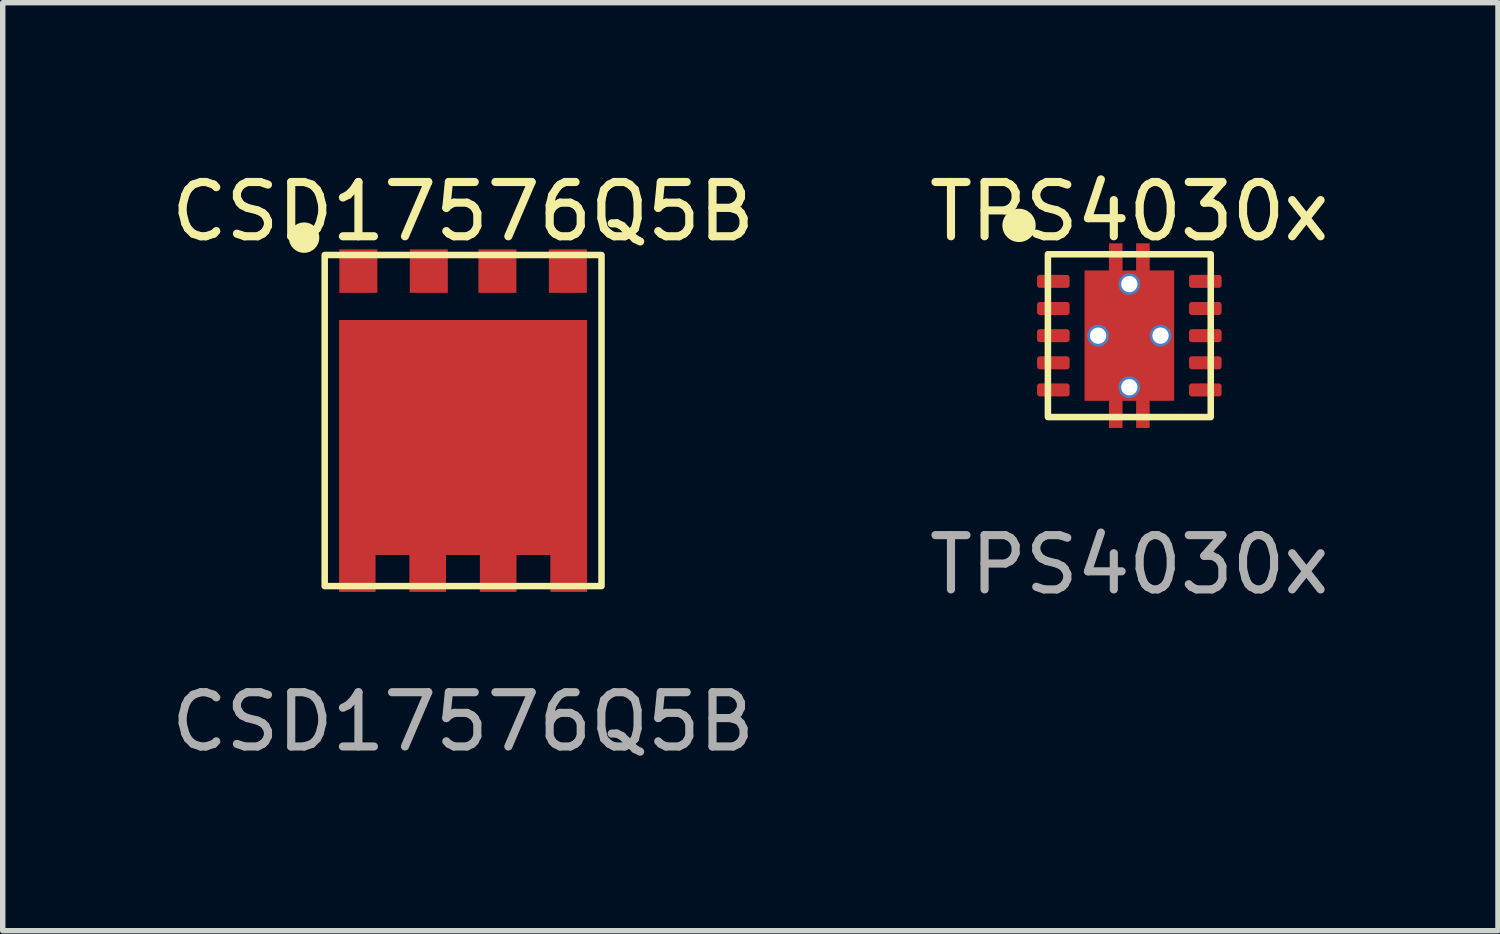
<source format=kicad_pcb>
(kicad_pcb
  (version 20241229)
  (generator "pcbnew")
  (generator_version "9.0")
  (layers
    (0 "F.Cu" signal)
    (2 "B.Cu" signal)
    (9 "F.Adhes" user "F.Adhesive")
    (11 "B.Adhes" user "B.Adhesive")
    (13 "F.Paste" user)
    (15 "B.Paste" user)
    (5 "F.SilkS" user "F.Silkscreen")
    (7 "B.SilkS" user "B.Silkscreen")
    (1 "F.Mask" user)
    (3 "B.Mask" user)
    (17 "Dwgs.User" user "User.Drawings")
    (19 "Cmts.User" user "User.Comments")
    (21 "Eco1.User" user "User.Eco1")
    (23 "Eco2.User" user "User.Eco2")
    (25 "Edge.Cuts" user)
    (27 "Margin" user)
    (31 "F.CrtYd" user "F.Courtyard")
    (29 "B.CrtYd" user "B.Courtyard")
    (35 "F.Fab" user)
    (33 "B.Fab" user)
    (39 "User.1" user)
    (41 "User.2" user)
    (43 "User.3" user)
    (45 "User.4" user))
  (footprint "TPS4030x"
    (layer "F.Cu")
    (at 17.756 3.134)
    (property "Reference" "TPS4030x" (at 0 -2.286 0) (unlocked yes) (layer "F.SilkS") (effects (font (size 1 1) (thickness 0.15))))
    (attr smd)
    (fp_rect (start -1.5 -1.5) (end 1.5 1.5) (stroke (width 0.12) (type solid)) (fill no) (layer "F.SilkS"))
    (fp_circle (center -2.032 -2.032) (end -1.785 -2.032) (stroke (width 0.12) (type solid)) (fill yes) (layer "F.SilkS"))
    (fp_poly (pts (xy -0.125 -1.33) (xy -0.375 -1.33) (xy -0.375 -1.7) (xy -0.125 -1.7)) (stroke (width 0.001) (type solid)) (fill yes) (layer "F.Paste"))
    (fp_poly (pts (xy -0.125 1.7) (xy -0.375 1.7) (xy -0.375 1.33) (xy -0.125 1.33)) (stroke (width 0.001) (type solid)) (fill yes) (layer "F.Paste"))
    (fp_poly (pts (xy 0.375 -1.33) (xy 0.125 -1.33) (xy 0.125 -1.7) (xy 0.375 -1.7)) (stroke (width 0.001) (type solid)) (fill yes) (layer "F.Paste"))
    (fp_poly (pts (xy 0.375 1.7) (xy 0.125 1.7) (xy 0.125 1.33) (xy 0.375 1.33)) (stroke (width 0.001) (type solid)) (fill yes) (layer "F.Paste"))
    (fp_poly (pts (xy 0.71 -0.1) (xy -0.74 -0.1) (xy -0.74 -1.11) (xy 0.71 -1.11)) (stroke (width 0.001) (type solid)) (fill yes) (layer "F.Paste"))
    (fp_poly (pts (xy 0.71 1.12) (xy -0.74 1.12) (xy -0.74 0.11) (xy 0.71 0.11)) (stroke (width 0.001) (type solid)) (fill yes) (layer "F.Paste"))
    (fp_text user "${REFERENCE}" (at 0 4.22 0) (unlocked yes) (layer "F.Fab") (effects (font (size 1 1) (thickness 0.15))))
    (pad "1" smd roundrect (at -1.4 -1) (size 0.6 0.24) (layers "F.Cu" "F.Mask" "F.Paste") (roundrect_rratio 0.208))
    (pad "2" smd roundrect (at -1.4 -0.5) (size 0.6 0.24) (layers "F.Cu" "F.Mask" "F.Paste") (roundrect_rratio 0.208))
    (pad "3" smd roundrect (at -1.4 0) (size 0.6 0.24) (layers "F.Cu" "F.Mask" "F.Paste") (roundrect_rratio 0.208))
    (pad "4" smd roundrect (at -1.4 0.5) (size 0.6 0.24) (layers "F.Cu" "F.Mask" "F.Paste") (roundrect_rratio 0.208))
    (pad "5" smd roundrect (at -1.4 1) (size 0.6 0.24) (layers "F.Cu" "F.Mask" "F.Paste") (roundrect_rratio 0.208))
    (pad "6" smd roundrect (at 1.4 1) (size 0.6 0.24) (layers "F.Cu" "F.Mask" "F.Paste") (roundrect_rratio 0.208))
    (pad "7" smd roundrect (at 1.4 0.5) (size 0.6 0.24) (layers "F.Cu" "F.Mask" "F.Paste") (roundrect_rratio 0.208))
    (pad "8" smd roundrect (at 1.4 0) (size 0.6 0.24) (layers "F.Cu" "F.Mask" "F.Paste") (roundrect_rratio 0.208))
    (pad "9" smd roundrect (at 1.4 -0.5) (size 0.6 0.24) (layers "F.Cu" "F.Mask" "F.Paste") (roundrect_rratio 0.208))
    (pad "10" smd roundrect (at 1.4 -1) (size 0.6 0.24) (layers "F.Cu" "F.Mask" "F.Paste") (roundrect_rratio 0.208))
    (pad "11" thru_hole circle (at -0.575 0) (size 0.4 0.4) (drill 0.3) (layers "*.Cu" "*.Mask"))
    (pad "11" thru_hole circle (at 0 -0.95) (size 0.4 0.4) (drill 0.3) (layers "*.Cu" "*.Mask"))
    (pad "11" smd custom (at 0 0) (size 0.6 0.24) (layers "F.Cu" "F.Mask") (options (anchor rect)) (primitives (gr_poly (pts (xy -0.825 0) (xy -0.825 -1.2) (xy -0.375 -1.2) (xy -0.375 -1.7) (xy -0.125 -1.7) (xy -0.125 -1.2) (xy 0.125 -1.2) (xy 0.125 -1.7) (xy 0.375 -1.7) (xy 0.375 -1.2) (xy 0.825 -1.2) (xy 0.825 1.2) (xy 0.375 1.2) (xy 0.375 1.7) (xy 0.125 1.7) (xy 0.125 1.2) (xy -0.125 1.2) (xy -0.125 1.7) (xy -0.375 1.7) (xy -0.375 1.2) (xy -0.825 1.2)) (width 0.001) (fill yes))))
    (pad "11" thru_hole circle (at 0 0.95) (size 0.4 0.4) (drill 0.3) (layers "*.Cu" "*.Mask"))
    (pad "11" thru_hole circle (at 0.575 0) (size 0.4 0.4) (drill 0.3) (layers "*.Cu" "*.Mask")))
  (footprint "CSD17576Q5B"
    (layer "F.Cu")
    (at 5.482 4.648)
    (property "Reference" "CSD17576Q5B" (at 0 -3.8 0) (unlocked yes) (layer "F.SilkS") (effects (font (size 1 1) (thickness 0.15))))
    (attr smd)
    (fp_rect (start 2.55 3.1) (end -2.55 -3) (stroke (width 0.12) (type solid)) (fill no) (layer "F.SilkS"))
    (fp_circle (center -2.93 -3.32) (end -2.92 -3.54) (stroke (width 0.12) (type solid)) (fill yes) (layer "F.SilkS"))
    (fp_poly (pts (xy -2.22 2.56) (xy -2.22 3.12) (xy -1.69 3.12) (xy -1.69 2.55)) (stroke (width 0.01) (type solid)) (fill yes) (layer "F.Paste"))
    (fp_poly (pts (xy -2.08 -1.63) (xy -2.08 2.35) (xy -0.16 2.35) (xy -0.16 -1.63)) (stroke (width 0.01) (type solid)) (fill yes) (layer "F.Paste"))
    (fp_poly (pts (xy -0.92 2.58) (xy -0.92 3.14) (xy -0.39 3.14) (xy -0.39 2.57)) (stroke (width 0.01) (type solid)) (fill yes) (layer "F.Paste"))
    (fp_poly (pts (xy 0.2 -1.64) (xy 0.2 2.34) (xy 2.12 2.34) (xy 2.12 -1.64)) (stroke (width 0.01) (type solid)) (fill yes) (layer "F.Paste"))
    (fp_poly (pts (xy 0.38 2.58) (xy 0.38 3.14) (xy 0.91 3.14) (xy 0.91 2.57)) (stroke (width 0.01) (type solid)) (fill yes) (layer "F.Paste"))
    (fp_poly (pts (xy 1.67 2.56) (xy 1.67 3.12) (xy 2.2 3.12) (xy 2.2 2.55)) (stroke (width 0.01) (type solid)) (fill yes) (layer "F.Paste"))
    (fp_text user "${REFERENCE}" (at 0 5.6 0) (unlocked yes) (layer "F.Fab") (effects (font (size 1 1) (thickness 0.15))))
    (pad "1" smd rect (at -1.93 -2.703 180) (size 0.7 0.8) (layers "F.Cu" "F.Mask" "F.Paste"))
    (pad "2" smd rect (at -0.632 -2.703 180) (size 0.7 0.8) (layers "F.Cu" "F.Mask" "F.Paste"))
    (pad "3" smd rect (at 0.632 -2.703) (size 0.7 0.8) (layers "F.Cu" "F.Mask" "F.Paste"))
    (pad "4" smd rect (at 1.93 -2.703 180) (size 0.7 0.8) (layers "F.Cu" "F.Mask" "F.Paste"))
    (pad "5" smd custom (at 2.28 -1.798 270) (size 0.01 0.01) (layers "F.Cu" "F.Mask") (options (anchor rect)) (primitives (gr_poly (pts (xy 0 0) (xy 0 4.56) (xy 5 4.56) (xy 5 3.898) (xy 4.32 3.898) (xy 4.32 3.265) (xy 5 3.265) (xy 5 2.6) (xy 4.32 2.6) (xy 4.32 1.966) (xy 5 1.966) (xy 5 1.301) (xy 4.32 1.301) (xy 4.32 0.668) (xy 5 0.668) (xy 5 0)) (width 0.01) (fill yes)))))
  (gr_rect
    (start -3 -3)
    (end 24.548 14.097)
    (stroke (width 0.1) (type default))
    (fill no)
    (layer "Edge.Cuts")))
</source>
